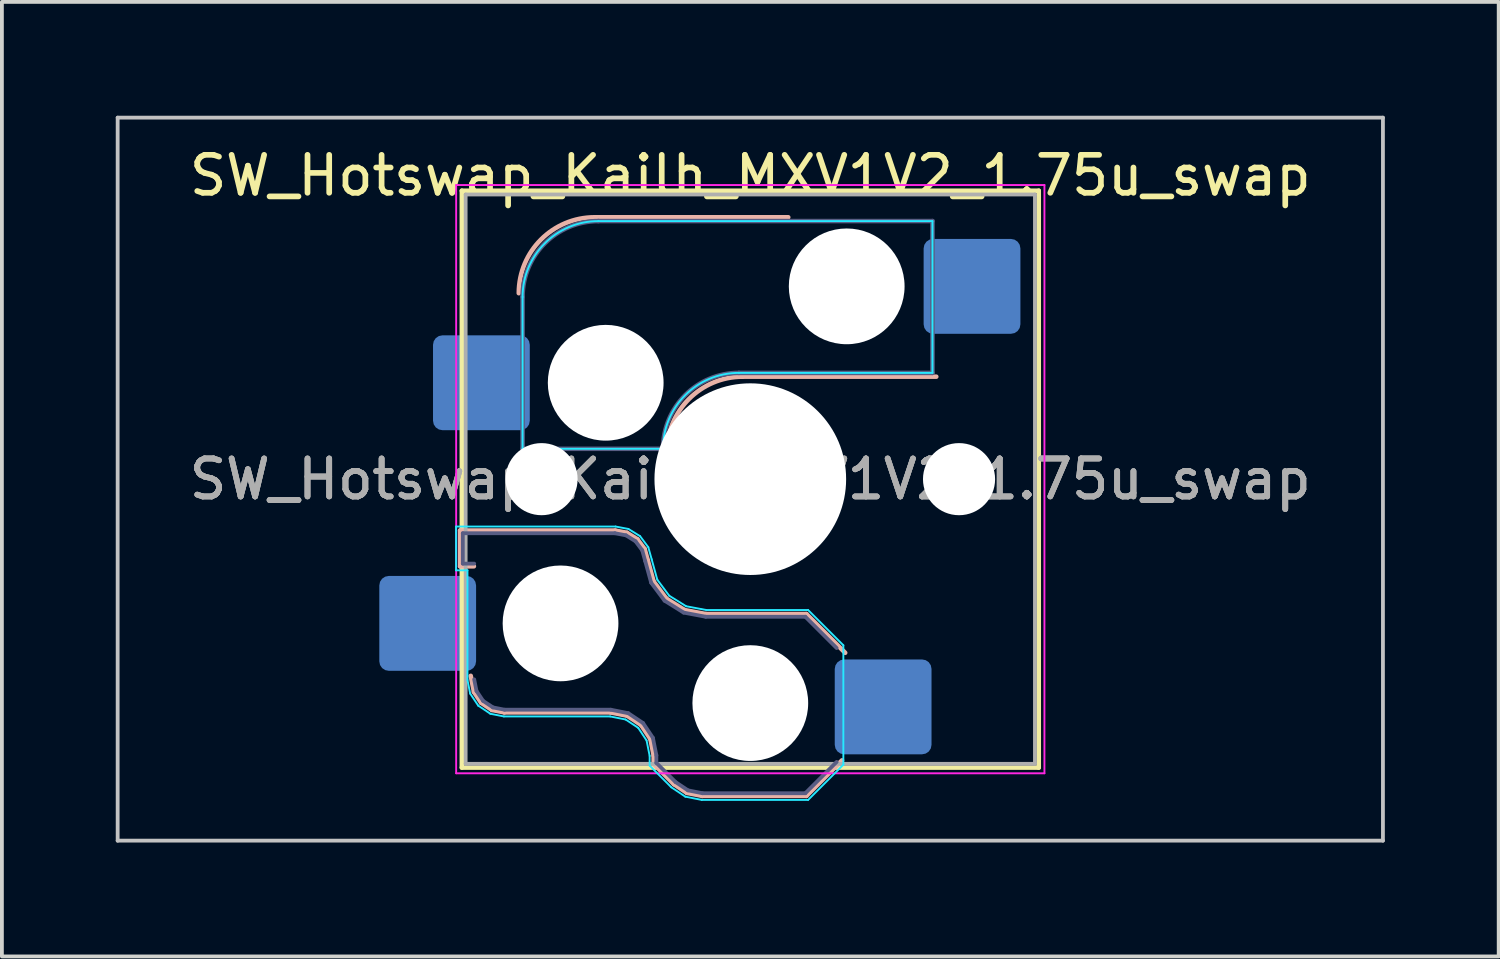
<source format=kicad_pcb>
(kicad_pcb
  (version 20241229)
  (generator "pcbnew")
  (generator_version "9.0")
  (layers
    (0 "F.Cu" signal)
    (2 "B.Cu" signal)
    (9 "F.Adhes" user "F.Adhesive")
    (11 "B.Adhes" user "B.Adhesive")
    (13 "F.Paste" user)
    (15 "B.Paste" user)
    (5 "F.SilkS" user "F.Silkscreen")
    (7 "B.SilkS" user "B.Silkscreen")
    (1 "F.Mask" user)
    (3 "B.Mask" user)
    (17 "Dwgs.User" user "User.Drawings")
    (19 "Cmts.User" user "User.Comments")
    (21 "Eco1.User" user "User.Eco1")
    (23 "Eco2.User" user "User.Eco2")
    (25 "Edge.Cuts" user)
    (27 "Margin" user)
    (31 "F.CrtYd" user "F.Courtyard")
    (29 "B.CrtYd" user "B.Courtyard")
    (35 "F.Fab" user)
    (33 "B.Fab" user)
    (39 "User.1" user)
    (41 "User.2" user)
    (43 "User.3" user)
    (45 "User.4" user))
  (footprint "SW_Hotswap_Kailh_MXV1V2_1.75u_swap"
    (layer "F.Cu")
    (at 16.719 9.575)
    (property "Reference" "SW_Hotswap_Kailh_MXV1V2_1.75u_swap" (at 0 -8 0) (layer "F.SilkS") (effects (font (size 1 1) (thickness 0.15))))
    (attr smd)
    (fp_line (start -7.6 -7.6) (end -7.6 7.6) (stroke (width 0.12) (type solid)) (layer "F.SilkS"))
    (fp_line (start -7.6 7.6) (end 7.6 7.6) (stroke (width 0.12) (type solid)) (layer "F.SilkS"))
    (fp_line (start 7.6 -7.6) (end -7.6 -7.6) (stroke (width 0.12) (type solid)) (layer "F.SilkS"))
    (fp_line (start 7.6 7.6) (end 7.6 -7.6) (stroke (width 0.12) (type solid)) (layer "F.SilkS"))
    (fp_line (start -7.646 1.354) (end -3.56 1.354) (stroke (width 0.12) (type solid)) (layer "B.SilkS"))
    (fp_line (start -7.646 2.296) (end -7.646 1.354) (stroke (width 0.12) (type solid)) (layer "B.SilkS"))
    (fp_line (start -7.283 2.296) (end -7.646 2.296) (stroke (width 0.12) (type solid)) (layer "B.SilkS"))
    (fp_line (start -7.281 5.609) (end -7.366 5.182) (stroke (width 0.12) (type solid)) (layer "B.SilkS"))
    (fp_line (start -7.092 5.892) (end -7.281 5.609) (stroke (width 0.12) (type solid)) (layer "B.SilkS"))
    (fp_line (start -6.809 6.081) (end -7.092 5.892) (stroke (width 0.12) (type solid)) (layer "B.SilkS"))
    (fp_line (start -6.482 6.146) (end -6.809 6.081) (stroke (width 0.12) (type solid)) (layer "B.SilkS"))
    (fp_line (start -4.1 -6.9) (end 1 -6.9) (stroke (width 0.12) (type solid)) (layer "B.SilkS"))
    (fp_line (start -3.682 6.146) (end -6.482 6.146) (stroke (width 0.12) (type solid)) (layer "B.SilkS"))
    (fp_line (start -3.56 1.354) (end -3.25 1.413) (stroke (width 0.12) (type solid)) (layer "B.SilkS"))
    (fp_line (start -3.25 1.413) (end -2.976 1.583) (stroke (width 0.12) (type solid)) (layer "B.SilkS"))
    (fp_line (start -3.244 6.233) (end -3.682 6.146) (stroke (width 0.12) (type solid)) (layer "B.SilkS"))
    (fp_line (start -2.976 1.583) (end -2.783 1.841) (stroke (width 0.12) (type solid)) (layer "B.SilkS"))
    (fp_line (start -2.877 6.477) (end -3.244 6.233) (stroke (width 0.12) (type solid)) (layer "B.SilkS"))
    (fp_line (start -2.783 1.841) (end -2.701 2.139) (stroke (width 0.12) (type solid)) (layer "B.SilkS"))
    (fp_line (start -2.701 2.139) (end -2.547 2.697) (stroke (width 0.12) (type solid)) (layer "B.SilkS"))
    (fp_line (start -2.633 6.844) (end -2.877 6.477) (stroke (width 0.12) (type solid)) (layer "B.SilkS"))
    (fp_line (start -2.547 2.697) (end -2.209 3.15) (stroke (width 0.12) (type solid)) (layer "B.SilkS"))
    (fp_line (start -2.546 7.282) (end -2.633 6.844) (stroke (width 0.12) (type solid)) (layer "B.SilkS"))
    (fp_line (start -2.546 7.504) (end -2.546 7.282) (stroke (width 0.12) (type solid)) (layer "B.SilkS"))
    (fp_line (start -2.209 3.15) (end -1.73 3.449) (stroke (width 0.12) (type solid)) (layer "B.SilkS"))
    (fp_line (start -2.013 8.037) (end -2.546 7.504) (stroke (width 0.12) (type solid)) (layer "B.SilkS"))
    (fp_line (start -1.73 3.449) (end -1.168 3.554) (stroke (width 0.12) (type solid)) (layer "B.SilkS"))
    (fp_line (start -1.671 8.266) (end -2.013 8.037) (stroke (width 0.12) (type solid)) (layer "B.SilkS"))
    (fp_line (start -1.268 8.346) (end -1.671 8.266) (stroke (width 0.12) (type solid)) (layer "B.SilkS"))
    (fp_line (start -1.168 3.554) (end 1.479 3.554) (stroke (width 0.12) (type solid)) (layer "B.SilkS"))
    (fp_line (start -0.2 -2.7) (end 4.9 -2.7) (stroke (width 0.12) (type solid)) (layer "B.SilkS"))
    (fp_line (start 1.479 3.554) (end 2.5 4.575) (stroke (width 0.12) (type solid)) (layer "B.SilkS"))
    (fp_line (start 1.479 8.346) (end -1.268 8.346) (stroke (width 0.12) (type solid)) (layer "B.SilkS"))
    (fp_line (start 2.416 7.409) (end 1.479 8.346) (stroke (width 0.12) (type solid)) (layer "B.SilkS"))
    (fp_arc (start -6.1 -4.9) (mid -5.514214 -6.314214) (end -4.1 -6.9) (stroke (width 0.12) (type solid)) (layer "B.SilkS"))
    (fp_arc (start -2.2 -0.7) (mid -1.614214 -2.114214) (end -0.2 -2.7) (stroke (width 0.12) (type solid)) (layer "B.SilkS"))
    (fp_line (start -16.669 -9.525) (end -16.669 9.525) (stroke (width 0.1) (type solid)) (layer "Dwgs.User"))
    (fp_line (start -16.669 9.525) (end 16.669 9.525) (stroke (width 0.1) (type solid)) (layer "Dwgs.User"))
    (fp_line (start 16.669 -9.525) (end -16.669 -9.525) (stroke (width 0.1) (type solid)) (layer "Dwgs.User"))
    (fp_line (start 16.669 9.525) (end 16.669 -9.525) (stroke (width 0.1) (type solid)) (layer "Dwgs.User"))
    (fp_line (start -7.752 1.248) (end -3.55 1.248) (stroke (width 0.05) (type solid)) (layer "B.CrtYd"))
    (fp_line (start -7.752 2.402) (end -7.752 1.248) (stroke (width 0.05) (type solid)) (layer "B.CrtYd"))
    (fp_line (start -7.452 2.402) (end -7.752 2.402) (stroke (width 0.05) (type solid)) (layer "B.CrtYd"))
    (fp_line (start -7.452 5.292) (end -7.452 2.402) (stroke (width 0.05) (type solid)) (layer "B.CrtYd"))
    (fp_line (start -7.381 5.65) (end -7.452 5.292) (stroke (width 0.05) (type solid)) (layer "B.CrtYd"))
    (fp_line (start -7.168 5.968) (end -7.381 5.65) (stroke (width 0.05) (type solid)) (layer "B.CrtYd"))
    (fp_line (start -6.85 6.181) (end -7.168 5.968) (stroke (width 0.05) (type solid)) (layer "B.CrtYd"))
    (fp_line (start -6.492 6.252) (end -6.85 6.181) (stroke (width 0.05) (type solid)) (layer "B.CrtYd"))
    (fp_line (start -6 -0.8) (end -6 -4.8) (stroke (width 0.05) (type solid)) (layer "B.CrtYd"))
    (fp_line (start -6 -0.8) (end -2.3 -0.8) (stroke (width 0.05) (type solid)) (layer "B.CrtYd"))
    (fp_line (start -4 -6.8) (end 4.8 -6.8) (stroke (width 0.05) (type solid)) (layer "B.CrtYd"))
    (fp_line (start -3.692 6.252) (end -6.492 6.252) (stroke (width 0.05) (type solid)) (layer "B.CrtYd"))
    (fp_line (start -3.55 1.248) (end -3.211 1.312) (stroke (width 0.05) (type solid)) (layer "B.CrtYd"))
    (fp_line (start -3.285 6.333) (end -3.692 6.252) (stroke (width 0.05) (type solid)) (layer "B.CrtYd"))
    (fp_line (start -3.211 1.312) (end -2.903 1.503) (stroke (width 0.05) (type solid)) (layer "B.CrtYd"))
    (fp_line (start -2.953 6.553) (end -3.285 6.333) (stroke (width 0.05) (type solid)) (layer "B.CrtYd"))
    (fp_line (start -2.903 1.503) (end -2.687 1.794) (stroke (width 0.05) (type solid)) (layer "B.CrtYd"))
    (fp_line (start -2.733 6.885) (end -2.953 6.553) (stroke (width 0.05) (type solid)) (layer "B.CrtYd"))
    (fp_line (start -2.687 1.794) (end -2.599 2.111) (stroke (width 0.05) (type solid)) (layer "B.CrtYd"))
    (fp_line (start -2.652 7.292) (end -2.733 6.885) (stroke (width 0.05) (type solid)) (layer "B.CrtYd"))
    (fp_line (start -2.652 7.548) (end -2.652 7.292) (stroke (width 0.05) (type solid)) (layer "B.CrtYd"))
    (fp_line (start -2.599 2.111) (end -2.45 2.65) (stroke (width 0.05) (type solid)) (layer "B.CrtYd"))
    (fp_line (start -2.45 2.65) (end -2.136 3.071) (stroke (width 0.05) (type solid)) (layer "B.CrtYd"))
    (fp_line (start -2.136 3.071) (end -1.691 3.348) (stroke (width 0.05) (type solid)) (layer "B.CrtYd"))
    (fp_line (start -2.081 8.119) (end -2.652 7.548) (stroke (width 0.05) (type solid)) (layer "B.CrtYd"))
    (fp_line (start -1.712 8.366) (end -2.081 8.119) (stroke (width 0.05) (type solid)) (layer "B.CrtYd"))
    (fp_line (start -1.691 3.348) (end -1.159 3.448) (stroke (width 0.05) (type solid)) (layer "B.CrtYd"))
    (fp_line (start -1.278 8.452) (end -1.712 8.366) (stroke (width 0.05) (type solid)) (layer "B.CrtYd"))
    (fp_line (start -1.159 3.448) (end 1.523 3.448) (stroke (width 0.05) (type solid)) (layer "B.CrtYd"))
    (fp_line (start -0.3 -2.8) (end 4.8 -2.8) (stroke (width 0.05) (type solid)) (layer "B.CrtYd"))
    (fp_line (start 1.523 3.448) (end 2.452 4.377) (stroke (width 0.05) (type solid)) (layer "B.CrtYd"))
    (fp_line (start 1.523 8.452) (end -1.278 8.452) (stroke (width 0.05) (type solid)) (layer "B.CrtYd"))
    (fp_line (start 2.452 4.377) (end 2.452 7.523) (stroke (width 0.05) (type solid)) (layer "B.CrtYd"))
    (fp_line (start 2.452 7.523) (end 1.523 8.452) (stroke (width 0.05) (type solid)) (layer "B.CrtYd"))
    (fp_line (start 4.8 -6.8) (end 4.8 -2.8) (stroke (width 0.05) (type solid)) (layer "B.CrtYd"))
    (fp_arc (start -6 -4.8) (mid -5.414214 -6.214214) (end -4 -6.8) (stroke (width 0.05) (type solid)) (layer "B.CrtYd"))
    (fp_arc (start -2.3 -0.8) (mid -1.714214 -2.214214) (end -0.3 -2.8) (stroke (width 0.05) (type solid)) (layer "B.CrtYd"))
    (fp_line (start -7.75 -7.75) (end -7.75 7.75) (stroke (width 0.05) (type solid)) (layer "F.CrtYd"))
    (fp_line (start -7.75 7.75) (end 7.75 7.75) (stroke (width 0.05) (type solid)) (layer "F.CrtYd"))
    (fp_line (start 7.75 -7.75) (end -7.75 -7.75) (stroke (width 0.05) (type solid)) (layer "F.CrtYd"))
    (fp_line (start 7.75 7.75) (end 7.75 -7.75) (stroke (width 0.05) (type solid)) (layer "F.CrtYd"))
    (fp_line (start -7.575 1.425) (end -3.567 1.425) (stroke (width 0.1) (type solid)) (layer "B.Fab"))
    (fp_line (start -7.575 2.225) (end -7.575 1.425) (stroke (width 0.1) (type solid)) (layer "B.Fab"))
    (fp_line (start -7.275 2.225) (end -7.575 2.225) (stroke (width 0.1) (type solid)) (layer "B.Fab"))
    (fp_line (start -7.214 5.581) (end -7.275 5.275) (stroke (width 0.1) (type solid)) (layer "B.Fab"))
    (fp_line (start -7.041 5.841) (end -7.214 5.581) (stroke (width 0.1) (type solid)) (layer "B.Fab"))
    (fp_line (start -6.781 6.014) (end -7.041 5.841) (stroke (width 0.1) (type solid)) (layer "B.Fab"))
    (fp_line (start -6.475 6.075) (end -6.781 6.014) (stroke (width 0.1) (type solid)) (layer "B.Fab"))
    (fp_line (start -6 -0.8) (end -6 -4.8) (stroke (width 0.12) (type solid)) (layer "B.Fab"))
    (fp_line (start -6 -0.8) (end -2.3 -0.8) (stroke (width 0.12) (type solid)) (layer "B.Fab"))
    (fp_line (start -4 -6.8) (end 4.8 -6.8) (stroke (width 0.12) (type solid)) (layer "B.Fab"))
    (fp_line (start -3.675 6.075) (end -6.475 6.075) (stroke (width 0.1) (type solid)) (layer "B.Fab"))
    (fp_line (start -3.567 1.425) (end -3.276 1.48) (stroke (width 0.1) (type solid)) (layer "B.Fab"))
    (fp_line (start -3.276 1.48) (end -3.025 1.636) (stroke (width 0.1) (type solid)) (layer "B.Fab"))
    (fp_line (start -3.216 6.166) (end -3.675 6.075) (stroke (width 0.1) (type solid)) (layer "B.Fab"))
    (fp_line (start -3.025 1.636) (end -2.848 1.873) (stroke (width 0.1) (type solid)) (layer "B.Fab"))
    (fp_line (start -2.848 1.873) (end -2.769 2.158) (stroke (width 0.1) (type solid)) (layer "B.Fab"))
    (fp_line (start -2.826 6.426) (end -3.216 6.166) (stroke (width 0.1) (type solid)) (layer "B.Fab"))
    (fp_line (start -2.769 2.158) (end -2.612 2.729) (stroke (width 0.1) (type solid)) (layer "B.Fab"))
    (fp_line (start -2.612 2.729) (end -2.258 3.203) (stroke (width 0.1) (type solid)) (layer "B.Fab"))
    (fp_line (start -2.566 6.816) (end -2.826 6.426) (stroke (width 0.1) (type solid)) (layer "B.Fab"))
    (fp_line (start -2.475 7.275) (end -2.566 6.816) (stroke (width 0.1) (type solid)) (layer "B.Fab"))
    (fp_line (start -2.475 7.475) (end -2.475 7.275) (stroke (width 0.1) (type solid)) (layer "B.Fab"))
    (fp_line (start -2.258 3.203) (end -1.756 3.516) (stroke (width 0.1) (type solid)) (layer "B.Fab"))
    (fp_line (start -1.968 7.982) (end -2.475 7.475) (stroke (width 0.1) (type solid)) (layer "B.Fab"))
    (fp_line (start -1.756 3.516) (end -1.175 3.625) (stroke (width 0.1) (type solid)) (layer "B.Fab"))
    (fp_line (start -1.643 8.199) (end -1.968 7.982) (stroke (width 0.1) (type solid)) (layer "B.Fab"))
    (fp_line (start -1.261 8.275) (end -1.643 8.199) (stroke (width 0.1) (type solid)) (layer "B.Fab"))
    (fp_line (start -1.175 3.625) (end 1.45 3.625) (stroke (width 0.1) (type solid)) (layer "B.Fab"))
    (fp_line (start -0.3 -2.8) (end 4.8 -2.8) (stroke (width 0.12) (type solid)) (layer "B.Fab"))
    (fp_line (start 1.45 3.625) (end 2.275 4.45) (stroke (width 0.1) (type solid)) (layer "B.Fab"))
    (fp_line (start 1.45 8.275) (end -1.261 8.275) (stroke (width 0.1) (type solid)) (layer "B.Fab"))
    (fp_line (start 2.275 7.45) (end 1.45 8.275) (stroke (width 0.1) (type solid)) (layer "B.Fab"))
    (fp_line (start 4.8 -6.8) (end 4.8 -2.8) (stroke (width 0.12) (type solid)) (layer "B.Fab"))
    (fp_arc (start -6 -4.8) (mid -5.414214 -6.214214) (end -4 -6.8) (stroke (width 0.12) (type solid)) (layer "B.Fab"))
    (fp_arc (start -2.3 -0.8) (mid -1.714214 -2.214214) (end -0.3 -2.8) (stroke (width 0.12) (type solid)) (layer "B.Fab"))
    (fp_line (start -7.5 -7.5) (end -7.5 7.5) (stroke (width 0.1) (type solid)) (layer "F.Fab"))
    (fp_line (start -7.5 7.5) (end 7.5 7.5) (stroke (width 0.1) (type solid)) (layer "F.Fab"))
    (fp_line (start 7.5 -7.5) (end -7.5 -7.5) (stroke (width 0.1) (type solid)) (layer "F.Fab"))
    (fp_line (start 7.5 7.5) (end 7.5 -7.5) (stroke (width 0.1) (type solid)) (layer "F.Fab"))
    (fp_text user "${REFERENCE}" (at 0 0 180) (layer "F.Fab") (effects (font (size 1 1) (thickness 0.15))))
    (fp_text user "${REFERENCE}" (at 0 0 0) (layer "F.Fab") (effects (font (size 1 1) (thickness 0.15))))
    (fp_text user "${REFERENCE}" (at 0 0 180) (layer "F.Fab") (effects (font (size 1 1) (thickness 0.15))))
    (pad "" np_thru_hole circle (at -5.5 0 180) (size 1.9 1.9) (drill 1.9) (layers "*.Cu" "*.Mask"))
    (pad "" np_thru_hole circle (at -5 3.8 180) (size 3.05 3.05) (drill 3.05) (layers "*.Cu" "*.Mask"))
    (pad "" np_thru_hole circle (at -3.81 -2.54) (size 3.05 3.05) (drill 3.05) (layers "*.Cu" "*.Mask"))
    (pad "" np_thru_hole circle (at 0 0 180) (size 5.05 5.05) (drill 5.05) (layers "*.Cu" "*.Mask"))
    (pad "" np_thru_hole circle (at 0 5.9 180) (size 3.05 3.05) (drill 3.05) (layers "*.Cu" "*.Mask"))
    (pad "" np_thru_hole circle (at 2.54 -5.08) (size 3.05 3.05) (drill 3.05) (layers "*.Cu" "*.Mask"))
    (pad "" np_thru_hole circle (at 5.5 0 180) (size 1.9 1.9) (drill 1.9) (layers "*.Cu" "*.Mask"))
    (pad "1" smd roundrect (at -8.5 3.8 180) (size 2.55 2.5) (layers "B.Cu" "B.Mask" "B.Paste") (roundrect_rratio 0.1))
    (pad "1" smd roundrect (at -7.085 -2.54) (size 2.55 2.5) (layers "B.Cu" "B.Mask" "B.Paste") (roundrect_rratio 0.1))
    (pad "2" smd roundrect (at 3.5 6 180) (size 2.55 2.5) (layers "B.Cu" "B.Mask" "B.Paste") (roundrect_rratio 0.1))
    (pad "2" smd roundrect (at 5.842 -5.08) (size 2.55 2.5) (layers "B.Cu" "B.Mask" "B.Paste") (roundrect_rratio 0.1)))
  (gr_rect
    (start -3 -3)
    (end 36.438 22.15)
    (stroke (width 0.1) (type default))
    (fill no)
    (layer "Edge.Cuts")))
</source>
